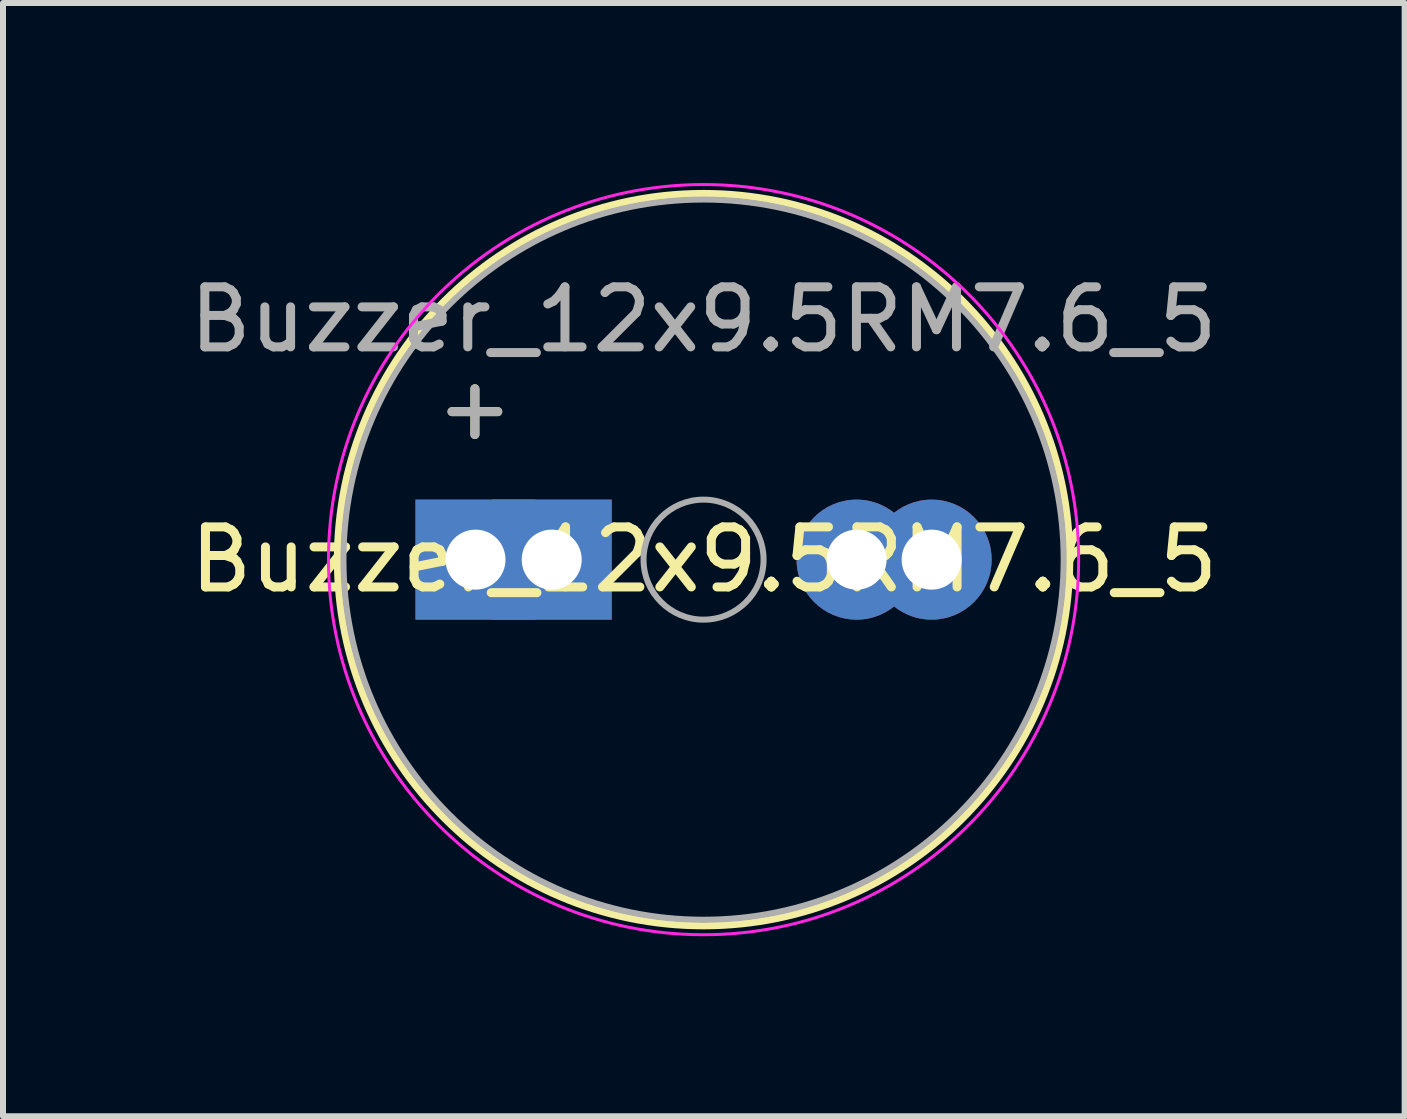
<source format=kicad_pcb>
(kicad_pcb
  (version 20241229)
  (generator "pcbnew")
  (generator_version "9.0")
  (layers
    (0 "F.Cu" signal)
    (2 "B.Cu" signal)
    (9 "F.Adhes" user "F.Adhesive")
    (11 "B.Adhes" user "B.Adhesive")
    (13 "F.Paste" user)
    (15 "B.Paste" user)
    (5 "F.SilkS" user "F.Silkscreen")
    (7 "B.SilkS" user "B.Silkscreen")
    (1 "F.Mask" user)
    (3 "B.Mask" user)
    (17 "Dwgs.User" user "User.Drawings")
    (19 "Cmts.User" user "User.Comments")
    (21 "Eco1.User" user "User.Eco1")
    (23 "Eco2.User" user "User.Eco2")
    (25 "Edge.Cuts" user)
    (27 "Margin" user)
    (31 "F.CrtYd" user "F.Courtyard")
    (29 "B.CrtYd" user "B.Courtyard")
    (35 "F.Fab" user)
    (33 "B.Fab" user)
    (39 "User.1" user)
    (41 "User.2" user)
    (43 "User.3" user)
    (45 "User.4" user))
  (footprint "Buzzer_12x9.5RM7.6_5"
    (layer "F.Cu")
    (at 4.873 6.275)
    (property "Reference" "Buzzer_12x9.5RM7.6_5" (at 3.81 0 180) (layer "F.SilkS") (effects (font (size 1 1) (thickness 0.15))))
    (attr through_hole)
    (fp_circle (center 3.8 0) (end 9.9 0) (stroke (width 0.12) (type solid)) (fill no) (layer "F.SilkS"))
    (fp_circle (center 3.8 0) (end 10.05 0) (stroke (width 0.05) (type solid)) (fill no) (layer "F.CrtYd"))
    (fp_circle (center 3.8 0) (end 4.8 0) (stroke (width 0.1) (type solid)) (fill no) (layer "F.Fab"))
    (fp_circle (center 3.8 0) (end 9.8 0) (stroke (width 0.1) (type solid)) (fill no) (layer "F.Fab"))
    (fp_text user "+" (at -0.01 -2.54 0) (layer "F.SilkS") (effects (font (size 1 1) (thickness 0.15))))
    (fp_text user "+" (at -0.01 -2.54 0) (layer "F.Fab") (effects (font (size 1 1) (thickness 0.15))))
    (fp_text user "${REFERENCE}" (at 3.8 -4 0) (layer "F.Fab") (effects (font (size 1 1) (thickness 0.15))))
    (pad "1" thru_hole rect (at 0 0) (size 2 2) (drill 1) (layers "*.Cu" "*.Mask"))
    (pad "1" thru_hole rect (at 1.27 0) (size 2 2) (drill 1) (layers "*.Cu" "*.Mask"))
    (pad "2" thru_hole circle (at 6.35 0) (size 2 2) (drill 1) (layers "*.Cu" "*.Mask"))
    (pad "2" thru_hole circle (at 7.6 0) (size 2 2) (drill 1) (layers "*.Cu" "*.Mask")))
  (gr_rect
    (start -3 -3)
    (end 20.355 15.55)
    (stroke (width 0.1) (type default))
    (fill no)
    (layer "Edge.Cuts")))
</source>
